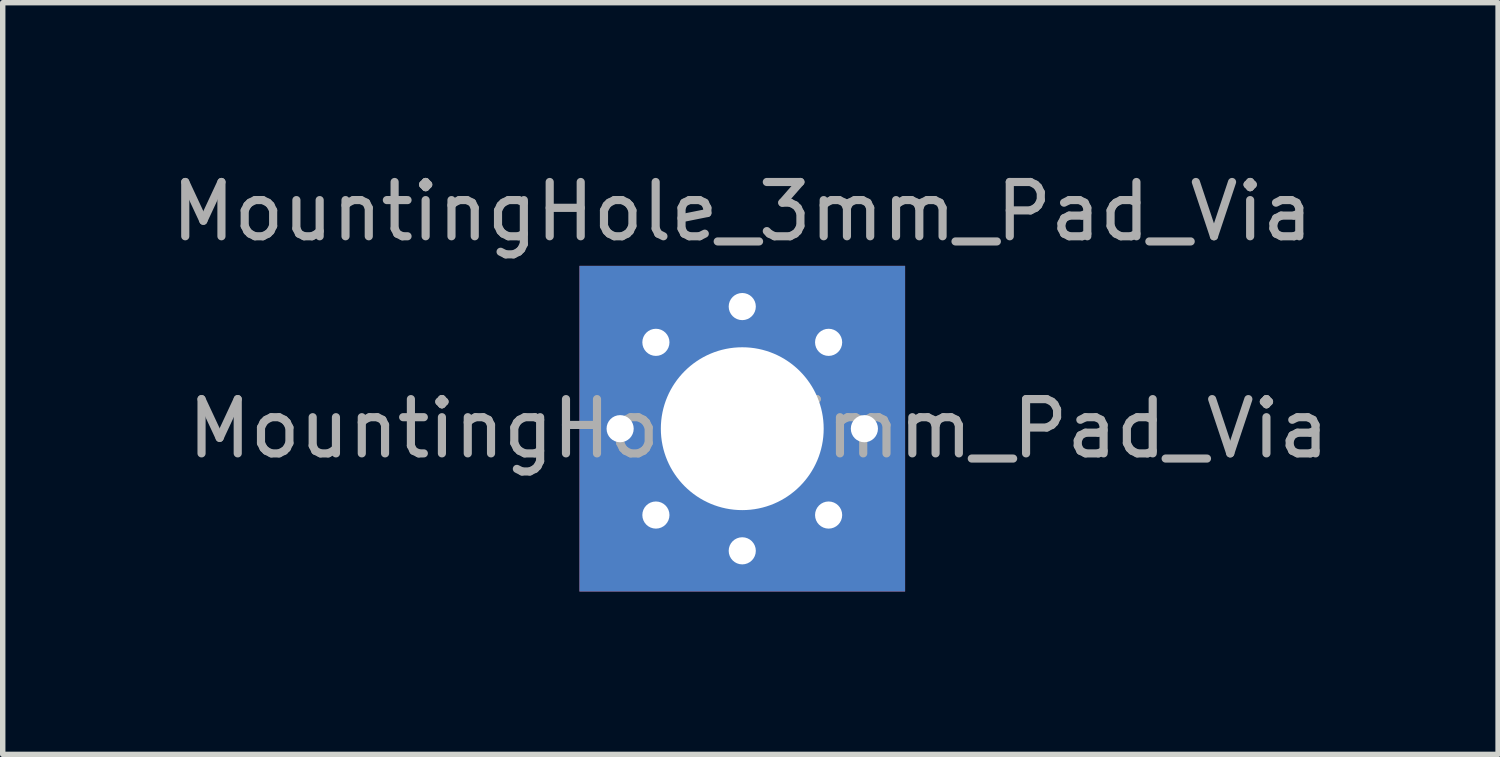
<source format=kicad_pcb>
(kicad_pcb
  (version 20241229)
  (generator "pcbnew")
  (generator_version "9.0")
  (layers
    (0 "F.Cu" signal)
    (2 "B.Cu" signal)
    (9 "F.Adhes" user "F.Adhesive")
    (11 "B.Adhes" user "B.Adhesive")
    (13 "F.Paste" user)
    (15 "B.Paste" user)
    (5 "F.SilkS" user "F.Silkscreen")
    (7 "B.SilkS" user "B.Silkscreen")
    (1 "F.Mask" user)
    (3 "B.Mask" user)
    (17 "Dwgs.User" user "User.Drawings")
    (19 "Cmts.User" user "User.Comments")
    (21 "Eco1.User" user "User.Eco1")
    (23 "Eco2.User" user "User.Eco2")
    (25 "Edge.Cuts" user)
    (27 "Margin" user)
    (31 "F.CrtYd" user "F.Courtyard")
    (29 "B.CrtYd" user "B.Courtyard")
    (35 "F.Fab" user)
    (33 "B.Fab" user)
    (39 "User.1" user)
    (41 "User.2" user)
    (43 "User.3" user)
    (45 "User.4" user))
  (footprint "MountingHole_3mm_Pad_Via"
    (layer "F.Cu")
    (at 10.625 4.848)
    (property "Reference" "MountingHole_3mm_Pad_Via" (at 0 -4 0) (layer "F.Fab") (effects (font (size 1 1) (thickness 0.15))))
    (attr exclude_from_pos_files exclude_from_bom)
    (fp_text user "${REFERENCE}" (at 0.3 0 0) (layer "F.Fab") (effects (font (size 1 1) (thickness 0.15))))
    (pad "1" thru_hole circle (at -2.25 0) (size 0.8 0.8) (drill 0.5) (layers "*.Cu" "*.Mask"))
    (pad "1" thru_hole circle (at -1.591 -1.591) (size 0.8 0.8) (drill 0.5) (layers "*.Cu" "*.Mask"))
    (pad "1" thru_hole circle (at -1.591 1.591) (size 0.8 0.8) (drill 0.5) (layers "*.Cu" "*.Mask"))
    (pad "1" thru_hole circle (at 0 -2.25) (size 0.8 0.8) (drill 0.5) (layers "*.Cu" "*.Mask"))
    (pad "1" thru_hole rect (at 0 0) (size 6 6) (drill 3) (layers "*.Cu" "*.Mask"))
    (pad "1" thru_hole circle (at 0 2.25) (size 0.8 0.8) (drill 0.5) (layers "*.Cu" "*.Mask"))
    (pad "1" thru_hole circle (at 1.591 -1.591) (size 0.8 0.8) (drill 0.5) (layers "*.Cu" "*.Mask"))
    (pad "1" thru_hole circle (at 1.591 1.591) (size 0.8 0.8) (drill 0.5) (layers "*.Cu" "*.Mask"))
    (pad "1" thru_hole circle (at 2.25 0) (size 0.8 0.8) (drill 0.5) (layers "*.Cu" "*.Mask")))
  (gr_rect
    (start -3 -3)
    (end 24.55 10.848)
    (stroke (width 0.1) (type default))
    (fill no)
    (layer "Edge.Cuts")))
</source>
